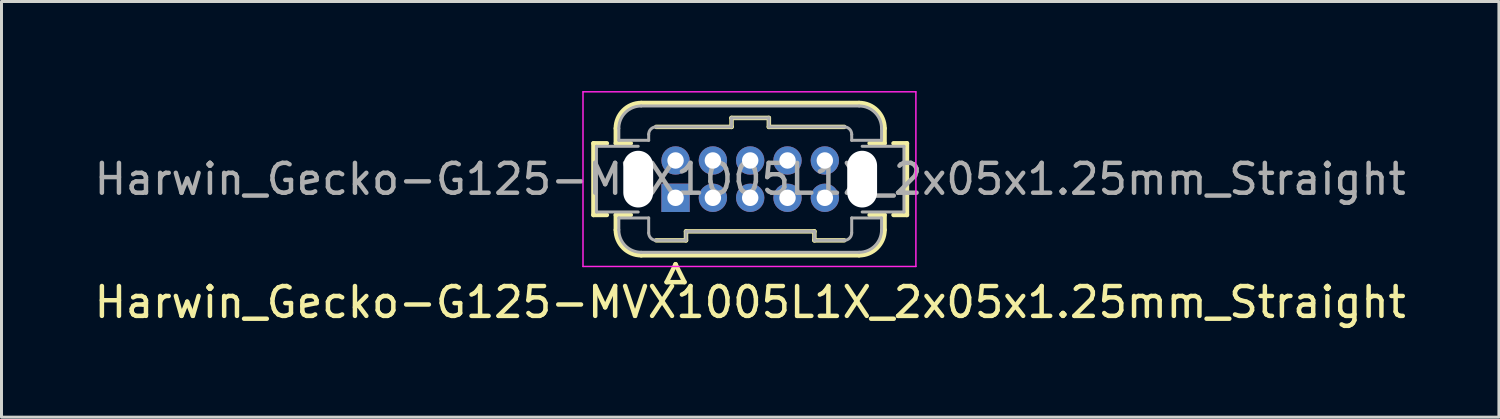
<source format=kicad_pcb>
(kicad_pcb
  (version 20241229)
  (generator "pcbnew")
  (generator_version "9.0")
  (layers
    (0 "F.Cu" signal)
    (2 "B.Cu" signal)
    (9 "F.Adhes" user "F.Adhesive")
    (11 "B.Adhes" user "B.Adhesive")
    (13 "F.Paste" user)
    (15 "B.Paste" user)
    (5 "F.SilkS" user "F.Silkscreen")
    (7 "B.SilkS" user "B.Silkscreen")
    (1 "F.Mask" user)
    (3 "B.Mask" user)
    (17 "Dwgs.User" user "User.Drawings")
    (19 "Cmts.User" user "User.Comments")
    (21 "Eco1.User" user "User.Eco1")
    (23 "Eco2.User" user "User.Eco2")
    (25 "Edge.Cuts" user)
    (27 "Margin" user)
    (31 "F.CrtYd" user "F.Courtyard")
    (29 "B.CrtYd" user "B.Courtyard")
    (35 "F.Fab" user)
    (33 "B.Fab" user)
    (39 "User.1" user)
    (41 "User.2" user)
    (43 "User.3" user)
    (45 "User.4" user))
  (footprint "Harwin_Gecko-G125-MVX1005L1X_2x05x1.25mm_Straight"
    (layer "F.Cu")
    (at 19.577 3.575)
    (property "Reference" "Harwin_Gecko-G125-MVX1005L1X_2x05x1.25mm_Straight" (at 2.5 3.5 0) (layer "F.SilkS") (effects (font (size 1 1) (thickness 0.15))))
    (attr through_hole)
    (fp_line (start -2.75 -1.825) (end -2.75 0.575) (stroke (width 0.15) (type solid)) (layer "F.SilkS"))
    (fp_line (start -2.75 0.575) (end -2.3 0.575) (stroke (width 0.15) (type solid)) (layer "F.SilkS"))
    (fp_line (start -2.3 -1.825) (end -2.75 -1.825) (stroke (width 0.15) (type solid)) (layer "F.SilkS"))
    (fp_line (start -2 -1.825) (end -2 -2.325) (stroke (width 0.15) (type solid)) (layer "F.SilkS"))
    (fp_line (start -2 -1.825) (end -1.5 -1.825) (stroke (width 0.15) (type solid)) (layer "F.SilkS"))
    (fp_line (start -2 0.575) (end -1.5 0.575) (stroke (width 0.15) (type solid)) (layer "F.SilkS"))
    (fp_line (start -2 1.075) (end -2 0.575) (stroke (width 0.15) (type solid)) (layer "F.SilkS"))
    (fp_line (start -1.15 -3.175) (end 6.15 -3.175) (stroke (width 0.15) (type solid)) (layer "F.SilkS"))
    (fp_line (start -1.15 1.925) (end 6.15 1.925) (stroke (width 0.15) (type solid)) (layer "F.SilkS"))
    (fp_line (start -0.65 -2.375) (end 1.875 -2.375) (stroke (width 0.15) (type solid)) (layer "F.SilkS"))
    (fp_line (start -0.65 1.425) (end 0.35 1.425) (stroke (width 0.15) (type solid)) (layer "F.SilkS"))
    (fp_line (start -0.3 2.825) (end 0.3 2.825) (stroke (width 0.15) (type solid)) (layer "F.SilkS"))
    (fp_line (start 0 2.225) (end -0.3 2.825) (stroke (width 0.15) (type solid)) (layer "F.SilkS"))
    (fp_line (start 0.3 2.825) (end 0 2.225) (stroke (width 0.15) (type solid)) (layer "F.SilkS"))
    (fp_line (start 0.35 1.125) (end 4.65 1.125) (stroke (width 0.15) (type solid)) (layer "F.SilkS"))
    (fp_line (start 0.35 1.425) (end 0.35 1.125) (stroke (width 0.15) (type solid)) (layer "F.SilkS"))
    (fp_line (start 1.875 -2.675) (end 3.125 -2.675) (stroke (width 0.15) (type solid)) (layer "F.SilkS"))
    (fp_line (start 1.875 -2.375) (end 1.875 -2.675) (stroke (width 0.15) (type solid)) (layer "F.SilkS"))
    (fp_line (start 3.125 -2.675) (end 3.125 -2.375) (stroke (width 0.15) (type solid)) (layer "F.SilkS"))
    (fp_line (start 3.125 -2.375) (end 5.65 -2.375) (stroke (width 0.15) (type solid)) (layer "F.SilkS"))
    (fp_line (start 4.65 1.125) (end 4.65 1.425) (stroke (width 0.15) (type solid)) (layer "F.SilkS"))
    (fp_line (start 4.65 1.425) (end 5.65 1.425) (stroke (width 0.15) (type solid)) (layer "F.SilkS"))
    (fp_line (start 7 -2.325) (end 7 -1.825) (stroke (width 0.15) (type solid)) (layer "F.SilkS"))
    (fp_line (start 7 -1.825) (end 6.5 -1.825) (stroke (width 0.15) (type solid)) (layer "F.SilkS"))
    (fp_line (start 7 0.575) (end 6.5 0.575) (stroke (width 0.15) (type solid)) (layer "F.SilkS"))
    (fp_line (start 7 1.075) (end 7 0.575) (stroke (width 0.15) (type solid)) (layer "F.SilkS"))
    (fp_line (start 7.3 0.575) (end 7.75 0.575) (stroke (width 0.15) (type solid)) (layer "F.SilkS"))
    (fp_line (start 7.75 -1.825) (end 7.3 -1.825) (stroke (width 0.15) (type solid)) (layer "F.SilkS"))
    (fp_line (start 7.75 -1.825) (end 7.75 0.575) (stroke (width 0.15) (type solid)) (layer "F.SilkS"))
    (fp_arc (start -2 -2.325) (mid -1.751041 -2.926041) (end -1.15 -3.175) (stroke (width 0.15) (type solid)) (layer "F.SilkS"))
    (fp_arc (start -1.15 1.925) (mid -1.751041 1.676041) (end -2 1.075) (stroke (width 0.15) (type solid)) (layer "F.SilkS"))
    (fp_arc (start 6.15 -3.175) (mid 6.751041 -2.926041) (end 7 -2.325) (stroke (width 0.15) (type solid)) (layer "F.SilkS"))
    (fp_arc (start 7 1.075) (mid 6.751041 1.676041) (end 6.15 1.925) (stroke (width 0.15) (type solid)) (layer "F.SilkS"))
    (fp_line (start -3.1 -3.55) (end -3.1 2.3) (stroke (width 0.05) (type solid)) (layer "F.CrtYd"))
    (fp_line (start -3.1 2.3) (end 8.05 2.3) (stroke (width 0.05) (type solid)) (layer "F.CrtYd"))
    (fp_line (start 8.05 -3.55) (end -3.1 -3.55) (stroke (width 0.05) (type solid)) (layer "F.CrtYd"))
    (fp_line (start 8.05 2.3) (end 8.05 -3.55) (stroke (width 0.05) (type solid)) (layer "F.CrtYd"))
    (fp_line (start -2.65 0.475) (end -2.65 -1.725) (stroke (width 0.1) (type solid)) (layer "F.Fab"))
    (fp_line (start -2.65 0.475) (end -1.25 0.475) (stroke (width 0.1) (type solid)) (layer "F.Fab"))
    (fp_line (start -1.9 -2.325) (end -1.9 -1.925) (stroke (width 0.1) (type solid)) (layer "F.Fab"))
    (fp_line (start -1.9 -1.925) (end -0.9 -1.925) (stroke (width 0.1) (type solid)) (layer "F.Fab"))
    (fp_line (start -1.9 0.675) (end -0.9 0.675) (stroke (width 0.1) (type solid)) (layer "F.Fab"))
    (fp_line (start -1.9 1.075) (end -1.9 0.675) (stroke (width 0.1) (type solid)) (layer "F.Fab"))
    (fp_line (start -1.25 -1.725) (end -2.65 -1.725) (stroke (width 0.1) (type solid)) (layer "F.Fab"))
    (fp_line (start -1.15 -3.075) (end 6.15 -3.075) (stroke (width 0.1) (type solid)) (layer "F.Fab"))
    (fp_line (start -1.15 1.825) (end 6.15 1.825) (stroke (width 0.1) (type solid)) (layer "F.Fab"))
    (fp_line (start -0.9 -2.125) (end -0.9 -1.925) (stroke (width 0.1) (type solid)) (layer "F.Fab"))
    (fp_line (start -0.9 1.175) (end -0.9 0.675) (stroke (width 0.1) (type solid)) (layer "F.Fab"))
    (fp_line (start -0.65 -2.375) (end 1.875 -2.375) (stroke (width 0.1) (type solid)) (layer "F.Fab"))
    (fp_line (start -0.65 1.425) (end 0.35 1.425) (stroke (width 0.1) (type solid)) (layer "F.Fab"))
    (fp_line (start 0.35 1.125) (end 4.65 1.125) (stroke (width 0.1) (type solid)) (layer "F.Fab"))
    (fp_line (start 0.35 1.425) (end 0.35 1.125) (stroke (width 0.1) (type solid)) (layer "F.Fab"))
    (fp_line (start 1.875 -2.675) (end 3.125 -2.675) (stroke (width 0.1) (type solid)) (layer "F.Fab"))
    (fp_line (start 1.875 -2.375) (end 1.875 -2.675) (stroke (width 0.1) (type solid)) (layer "F.Fab"))
    (fp_line (start 3.125 -2.675) (end 3.125 -2.375) (stroke (width 0.1) (type solid)) (layer "F.Fab"))
    (fp_line (start 3.125 -2.375) (end 5.65 -2.375) (stroke (width 0.1) (type solid)) (layer "F.Fab"))
    (fp_line (start 4.65 1.125) (end 4.65 1.425) (stroke (width 0.1) (type solid)) (layer "F.Fab"))
    (fp_line (start 4.65 1.425) (end 5.65 1.425) (stroke (width 0.1) (type solid)) (layer "F.Fab"))
    (fp_line (start 5.9 -2.125) (end 5.9 -1.925) (stroke (width 0.1) (type solid)) (layer "F.Fab"))
    (fp_line (start 5.9 1.175) (end 5.9 0.675) (stroke (width 0.1) (type solid)) (layer "F.Fab"))
    (fp_line (start 6.25 0.475) (end 7.65 0.475) (stroke (width 0.1) (type solid)) (layer "F.Fab"))
    (fp_line (start 6.9 -2.325) (end 6.9 -1.925) (stroke (width 0.1) (type solid)) (layer "F.Fab"))
    (fp_line (start 6.9 -1.925) (end 5.9 -1.925) (stroke (width 0.1) (type solid)) (layer "F.Fab"))
    (fp_line (start 6.9 0.675) (end 5.9 0.675) (stroke (width 0.1) (type solid)) (layer "F.Fab"))
    (fp_line (start 6.9 1.075) (end 6.9 0.675) (stroke (width 0.1) (type solid)) (layer "F.Fab"))
    (fp_line (start 7.65 -1.725) (end 6.25 -1.725) (stroke (width 0.1) (type solid)) (layer "F.Fab"))
    (fp_line (start 7.65 -1.725) (end 7.65 0.475) (stroke (width 0.1) (type solid)) (layer "F.Fab"))
    (fp_arc (start -1.9 -2.325) (mid -1.68033 -2.85533) (end -1.15 -3.075) (stroke (width 0.1) (type solid)) (layer "F.Fab"))
    (fp_arc (start -1.15 1.825) (mid -1.68033 1.60533) (end -1.9 1.075) (stroke (width 0.1) (type solid)) (layer "F.Fab"))
    (fp_arc (start -0.9 -2.125) (mid -0.826777 -2.301777) (end -0.65 -2.375) (stroke (width 0.1) (type solid)) (layer "F.Fab"))
    (fp_arc (start -0.65 1.425) (mid -0.826777 1.351777) (end -0.9 1.175) (stroke (width 0.1) (type solid)) (layer "F.Fab"))
    (fp_arc (start 5.65 -2.375) (mid 5.826777 -2.301777) (end 5.9 -2.125) (stroke (width 0.1) (type solid)) (layer "F.Fab"))
    (fp_arc (start 5.9 1.175) (mid 5.826777 1.351777) (end 5.65 1.425) (stroke (width 0.1) (type solid)) (layer "F.Fab"))
    (fp_arc (start 6.15 -3.075) (mid 6.68033 -2.85533) (end 6.9 -2.325) (stroke (width 0.1) (type solid)) (layer "F.Fab"))
    (fp_arc (start 6.9 1.075) (mid 6.68033 1.60533) (end 6.15 1.825) (stroke (width 0.1) (type solid)) (layer "F.Fab"))
    (fp_text user "${REFERENCE}" (at 2.5 -0.625 0) (layer "F.Fab") (effects (font (size 1 1) (thickness 0.15))))
    (pad "" np_thru_hole oval (at -1.25 -0.625) (size 1 1.9) (drill oval 1 1.9) (layers "*.Cu" "*.Mask"))
    (pad "" np_thru_hole oval (at 6.25 -0.625) (size 1 1.9) (drill oval 1 1.9) (layers "*.Cu" "*.Mask"))
    (pad "1" thru_hole rect (at 0 0) (size 0.95 0.95) (drill 0.55) (layers "*.Cu" "*.Mask"))
    (pad "2" thru_hole circle (at 1.25 0) (size 0.95 0.95) (drill 0.55) (layers "*.Cu" "*.Mask"))
    (pad "3" thru_hole circle (at 2.5 0) (size 0.95 0.95) (drill 0.55) (layers "*.Cu" "*.Mask"))
    (pad "4" thru_hole circle (at 3.75 0) (size 0.95 0.95) (drill 0.55) (layers "*.Cu" "*.Mask"))
    (pad "5" thru_hole circle (at 5 0) (size 0.95 0.95) (drill 0.55) (layers "*.Cu" "*.Mask"))
    (pad "6" thru_hole circle (at 0 -1.25) (size 0.95 0.95) (drill 0.55) (layers "*.Cu" "*.Mask"))
    (pad "7" thru_hole circle (at 1.25 -1.25) (size 0.95 0.95) (drill 0.55) (layers "*.Cu" "*.Mask"))
    (pad "8" thru_hole circle (at 2.5 -1.25) (size 0.95 0.95) (drill 0.55) (layers "*.Cu" "*.Mask"))
    (pad "9" thru_hole circle (at 3.75 -1.25) (size 0.95 0.95) (drill 0.55) (layers "*.Cu" "*.Mask"))
    (pad "10" thru_hole circle (at 5 -1.25) (size 0.95 0.95) (drill 0.55) (layers "*.Cu" "*.Mask")))
  (gr_rect
    (start -3 -3)
    (end 47.155 10.923)
    (stroke (width 0.1) (type default))
    (fill no)
    (layer "Edge.Cuts")))
</source>
